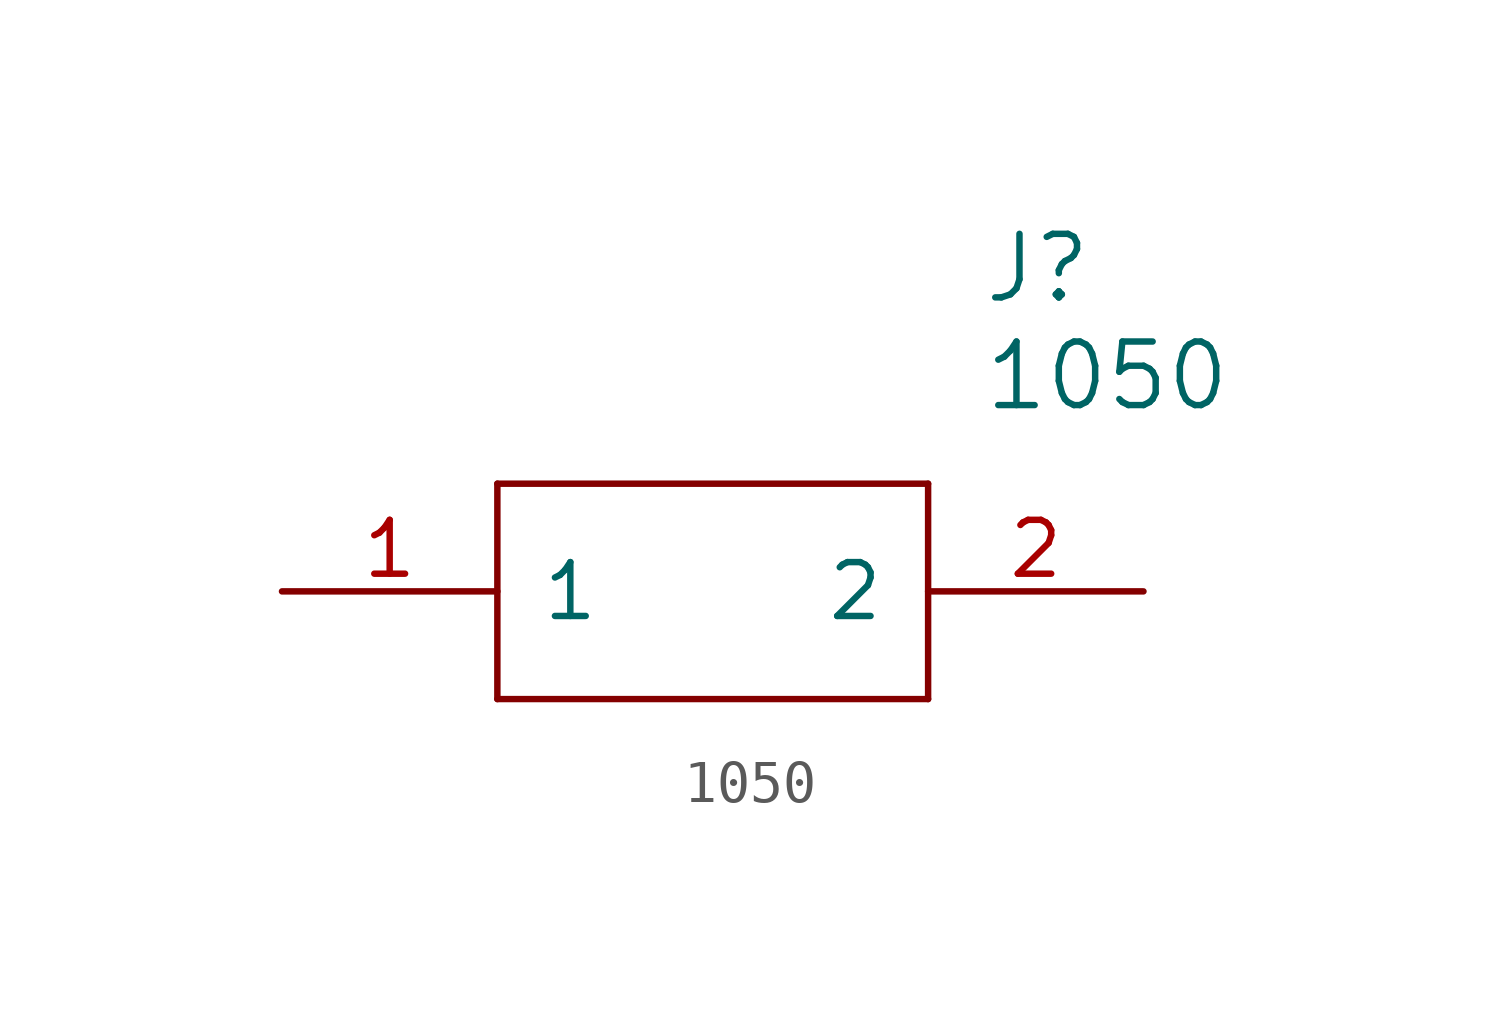
<source format=kicad_sym>
(kicad_symbol_lib
  (version 20211014)
  (generator kicad_symbol_editor)
  (symbol "1050"
    (pin_names
      (offset 1.016))
    (property "Reference" "J"
      (at 16.51 7.62 0)
      (effects (font (size 1.499 1.499)) (justify left)))
    (property "Value" "1050"
      (at 16.51 5.08 0)
      (effects (font (size 1.499 1.499)) (justify left)))
    (property "ki_locked" ""
      (at 0 0 0)
      (effects (font (size 1.27 1.27))))
    (symbol "1050_1_0"
      (polyline (pts (xy 5.08 2.54) (xy 5.08 -2.54)) (stroke (width 0) (type default) (color 0 0 0 0)) (fill (type none)))
      (polyline (pts (xy 5.08 2.54) (xy 15.24 2.54)) (stroke (width 0) (type default) (color 0 0 0 0)) (fill (type none)))
      (polyline (pts (xy 15.24 -2.54) (xy 5.08 -2.54)) (stroke (width 0) (type default) (color 0 0 0 0)) (fill (type none)))
      (polyline (pts (xy 15.24 -2.54) (xy 15.24 2.54)) (stroke (width 0) (type default) (color 0 0 0 0)) (fill (type none)))
      (pin bidirectional line (at 0 0 0) (length 5.08) (name "1" (effects (font (size 1.27 1.27)))) (number "1" (effects (font (size 1.27 1.27)))))
      (pin bidirectional line (at 20.32 0 180) (length 5.08) (name "2" (effects (font (size 1.27 1.27)))) (number "2" (effects (font (size 1.27 1.27))))))))
</source>
